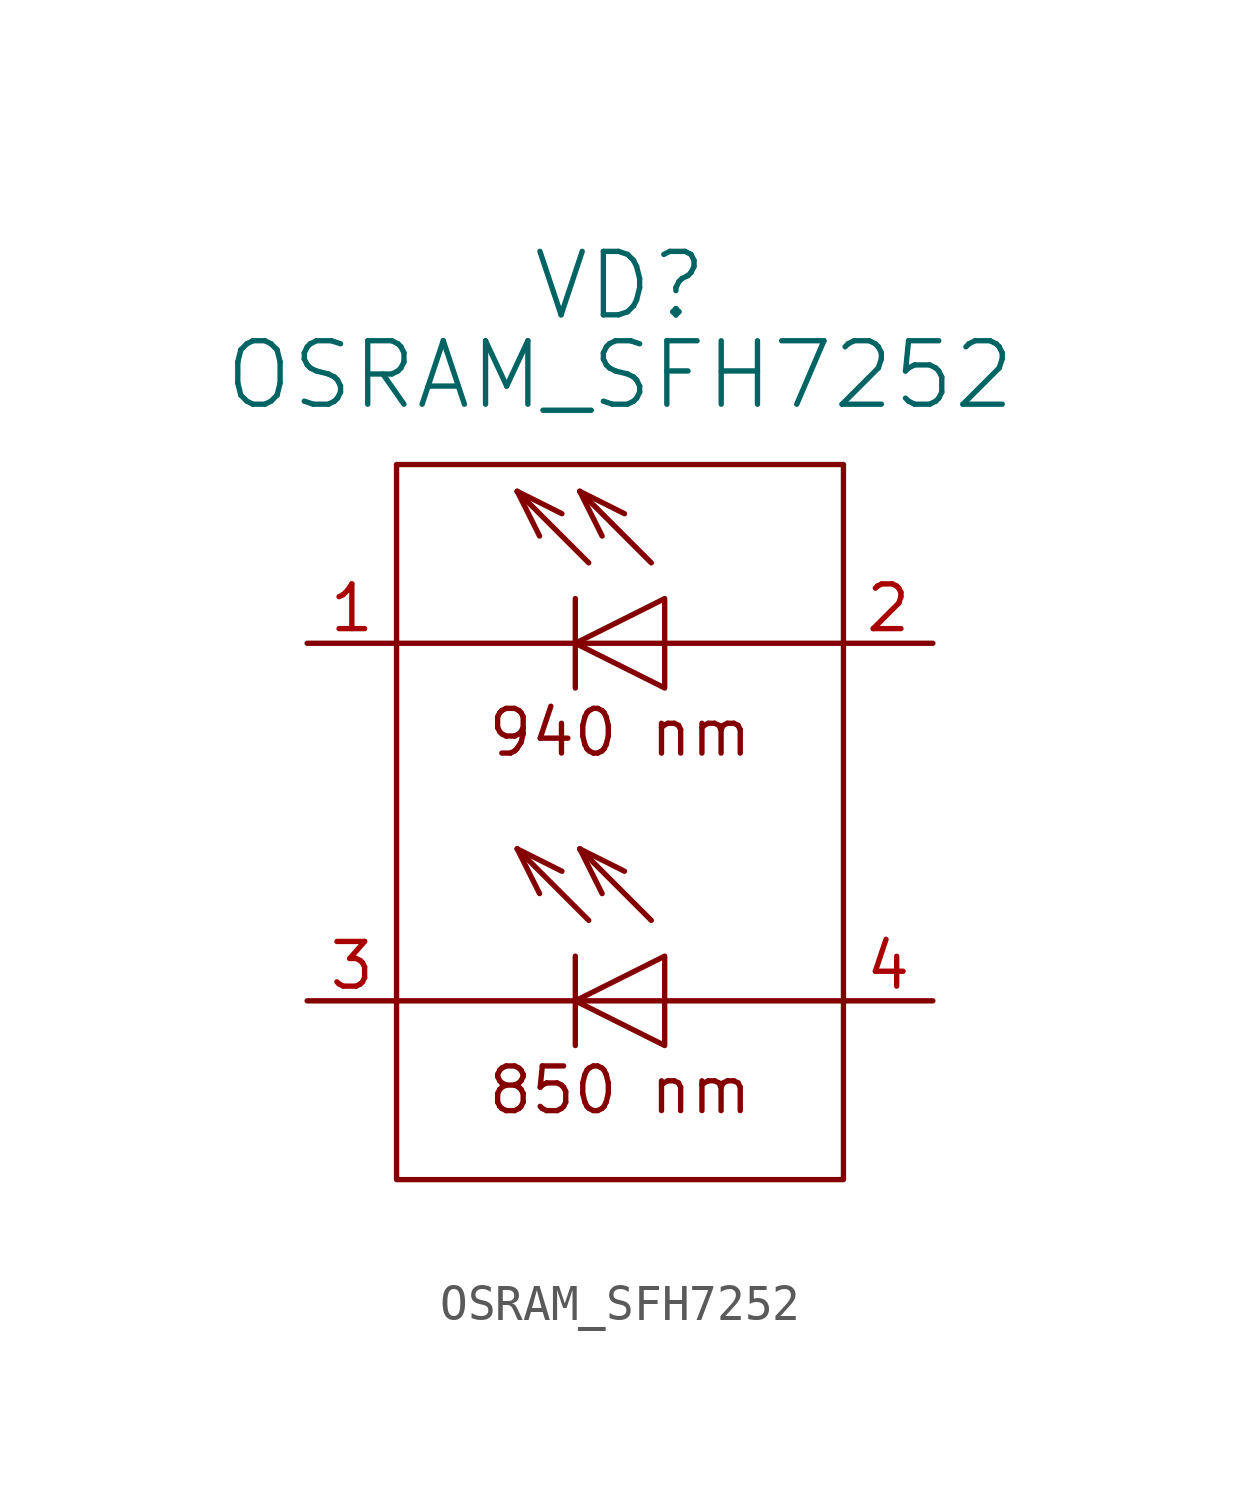
<source format=kicad_sym>
(kicad_symbol_lib
  (version 20211014)
  (generator kicad_symbol_editor)
  (symbol "OSRAM_SFH7252"
    (pin_names
      (offset 1.016))
    (property "Reference" "VD"
      (at 8.89 10.16 0)
      (effects (font (size 1.803 1.803))))
    (property "Value" "OSRAM_SFH7252"
      (at 8.89 7.62 0)
      (effects (font (size 1.803 1.803))))
    (property "Footprint" ""
      (at -1.27 0 0)
      (effects (font (size 1.524 1.524))))
    (property "Datasheet" ""
      (at -1.27 0 0)
      (effects (font (size 1.524 1.524))))
    (symbol "OSRAM_SFH7252_0_0"
      (polyline (pts (xy 2.54 -10.16) (xy 15.24 -10.16)) (stroke (width 0) (type default) (color 0 0 0 0)) (fill (type none)))
      (polyline (pts (xy 2.54 0) (xy 15.24 0)) (stroke (width 0) (type default) (color 0 0 0 0)) (fill (type none)))
      (rectangle (start 2.54 5.08) (end 15.24 -15.24) (stroke (width 0) (type default) (color 0 0 0 0)) (fill (type none)))
      (text "850 nm" (at 8.89 -12.7 0) (effects (font (size 1.27 1.27))))
      (text "940 nm" (at 8.89 -2.54 0) (effects (font (size 1.27 1.27)))))
    (symbol "OSRAM_SFH7252_0_1"
      (polyline (pts (xy 5.969 -5.842) (xy 6.604 -7.112)) (stroke (width 0) (type default) (color 0 0 0 0)) (fill (type none)))
      (polyline (pts (xy 5.969 -5.842) (xy 7.239 -6.477)) (stroke (width 0) (type default) (color 0 0 0 0)) (fill (type none)))
      (polyline (pts (xy 5.969 -5.842) (xy 8.001 -7.874)) (stroke (width 0) (type default) (color 0 0 0 0)) (fill (type none)))
      (polyline (pts (xy 5.969 4.318) (xy 6.604 3.048)) (stroke (width 0) (type default) (color 0 0 0 0)) (fill (type none)))
      (polyline (pts (xy 5.969 4.318) (xy 7.239 3.683)) (stroke (width 0) (type default) (color 0 0 0 0)) (fill (type none)))
      (polyline (pts (xy 5.969 4.318) (xy 8.001 2.286)) (stroke (width 0) (type default) (color 0 0 0 0)) (fill (type none)))
      (polyline (pts (xy 7.62 -8.89) (xy 7.62 -11.43)) (stroke (width 0) (type default) (color 0 0 0 0)) (fill (type none)))
      (polyline (pts (xy 7.62 1.27) (xy 7.62 -1.27)) (stroke (width 0) (type default) (color 0 0 0 0)) (fill (type none)))
      (polyline (pts (xy 7.747 -5.842) (xy 8.382 -7.112)) (stroke (width 0) (type default) (color 0 0 0 0)) (fill (type none)))
      (polyline (pts (xy 7.747 -5.842) (xy 9.017 -6.477)) (stroke (width 0) (type default) (color 0 0 0 0)) (fill (type none)))
      (polyline (pts (xy 7.747 -5.842) (xy 9.779 -7.874)) (stroke (width 0) (type default) (color 0 0 0 0)) (fill (type none)))
      (polyline (pts (xy 7.747 4.318) (xy 8.382 3.048)) (stroke (width 0) (type default) (color 0 0 0 0)) (fill (type none)))
      (polyline (pts (xy 7.747 4.318) (xy 9.017 3.683)) (stroke (width 0) (type default) (color 0 0 0 0)) (fill (type none)))
      (polyline (pts (xy 7.747 4.318) (xy 9.779 2.286)) (stroke (width 0) (type default) (color 0 0 0 0)) (fill (type none)))
      (polyline (pts (xy 10.16 -8.89) (xy 10.16 -11.43) (xy 7.62 -10.16) (xy 10.16 -8.89)) (stroke (width 0) (type default) (color 0 0 0 0)) (fill (type none)))
      (polyline (pts (xy 10.16 1.27) (xy 10.16 -1.27) (xy 7.62 0) (xy 10.16 1.27)) (stroke (width 0) (type default) (color 0 0 0 0)) (fill (type none))))
    (symbol "OSRAM_SFH7252_1_1"
      (pin passive line (at 0 0 0) (length 2.54) (name "~" (effects (font (size 1.27 1.27)))) (number "1" (effects (font (size 1.27 1.27)))))
      (pin passive line (at 17.78 0 180) (length 2.54) (name "~" (effects (font (size 1.27 1.27)))) (number "2" (effects (font (size 1.27 1.27)))))
      (pin passive line (at 0 -10.16 0) (length 2.54) (name "~" (effects (font (size 1.27 1.27)))) (number "3" (effects (font (size 1.27 1.27)))))
      (pin passive line (at 17.78 -10.16 180) (length 2.54) (name "~" (effects (font (size 1.27 1.27)))) (number "4" (effects (font (size 1.27 1.27))))))))
</source>
